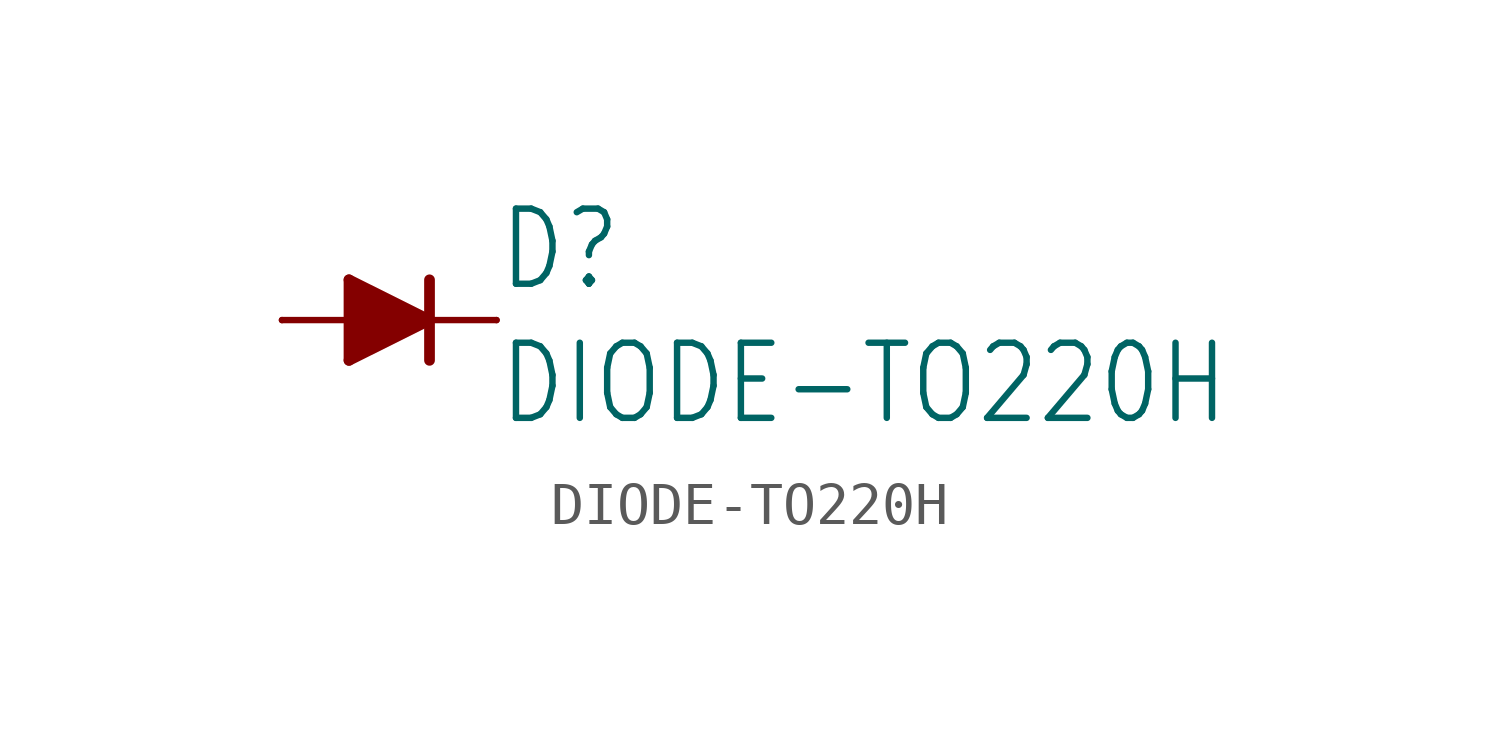
<source format=kicad_sym>
(kicad_symbol_lib
  (version 20211014)
  (generator kicad_symbol_editor)
  (symbol "DIODE-TO220H"
    (property "Reference" "D"
      (at 2.54 0.635 0)
      (effects (font (size 1.778 1.511)) (justify left bottom)))
    (property "Value" "DIODE-TO220H"
      (at 2.54 -2.54 0)
      (effects (font (size 1.778 1.511)) (justify left bottom)))
    (property "ki_locked" ""
      (at 0 0 0)
      (effects (font (size 1.27 1.27))))
    (symbol "DIODE-TO220H_1_0"
      (polyline (pts (xy -0.953 -0.953) (xy 0.953 0)) (stroke (width 0.254) (type default) (color 0 0 0 0)) (fill (type none)))
      (polyline (pts (xy -0.953 0) (xy -2.54 0)) (stroke (width 0.152) (type default) (color 0 0 0 0)) (fill (type none)))
      (polyline (pts (xy -0.953 0) (xy -0.953 -0.953)) (stroke (width 0.254) (type default) (color 0 0 0 0)) (fill (type none)))
      (polyline (pts (xy -0.953 0.953) (xy -0.953 0)) (stroke (width 0.254) (type default) (color 0 0 0 0)) (fill (type none)))
      (polyline (pts (xy 0.953 0) (xy -0.953 0.953)) (stroke (width 0.254) (type default) (color 0 0 0 0)) (fill (type none)))
      (polyline (pts (xy 0.953 0) (xy 0.953 -0.953)) (stroke (width 0.254) (type default) (color 0 0 0 0)) (fill (type none)))
      (polyline (pts (xy 0.953 0) (xy 2.54 0)) (stroke (width 0.152) (type default) (color 0 0 0 0)) (fill (type none)))
      (polyline (pts (xy 0.953 0.953) (xy 0.953 0)) (stroke (width 0.254) (type default) (color 0 0 0 0)) (fill (type none)))
      (polyline (pts (xy -0.953 0.953) (xy 0.953 0) (xy -0.953 -0.953)) (stroke (width 0) (type default) (color 0 0 0 0)) (fill (type outline)))
      (pin passive line (at -2.54 0 0) (length 0) (name "A" (effects (font (size 0 0)))) (number "A" (effects (font (size 0 0)))))
      (pin passive line (at 2.54 0 180) (length 0) (name "C" (effects (font (size 0 0)))) (number "C" (effects (font (size 0 0))))))))
</source>
